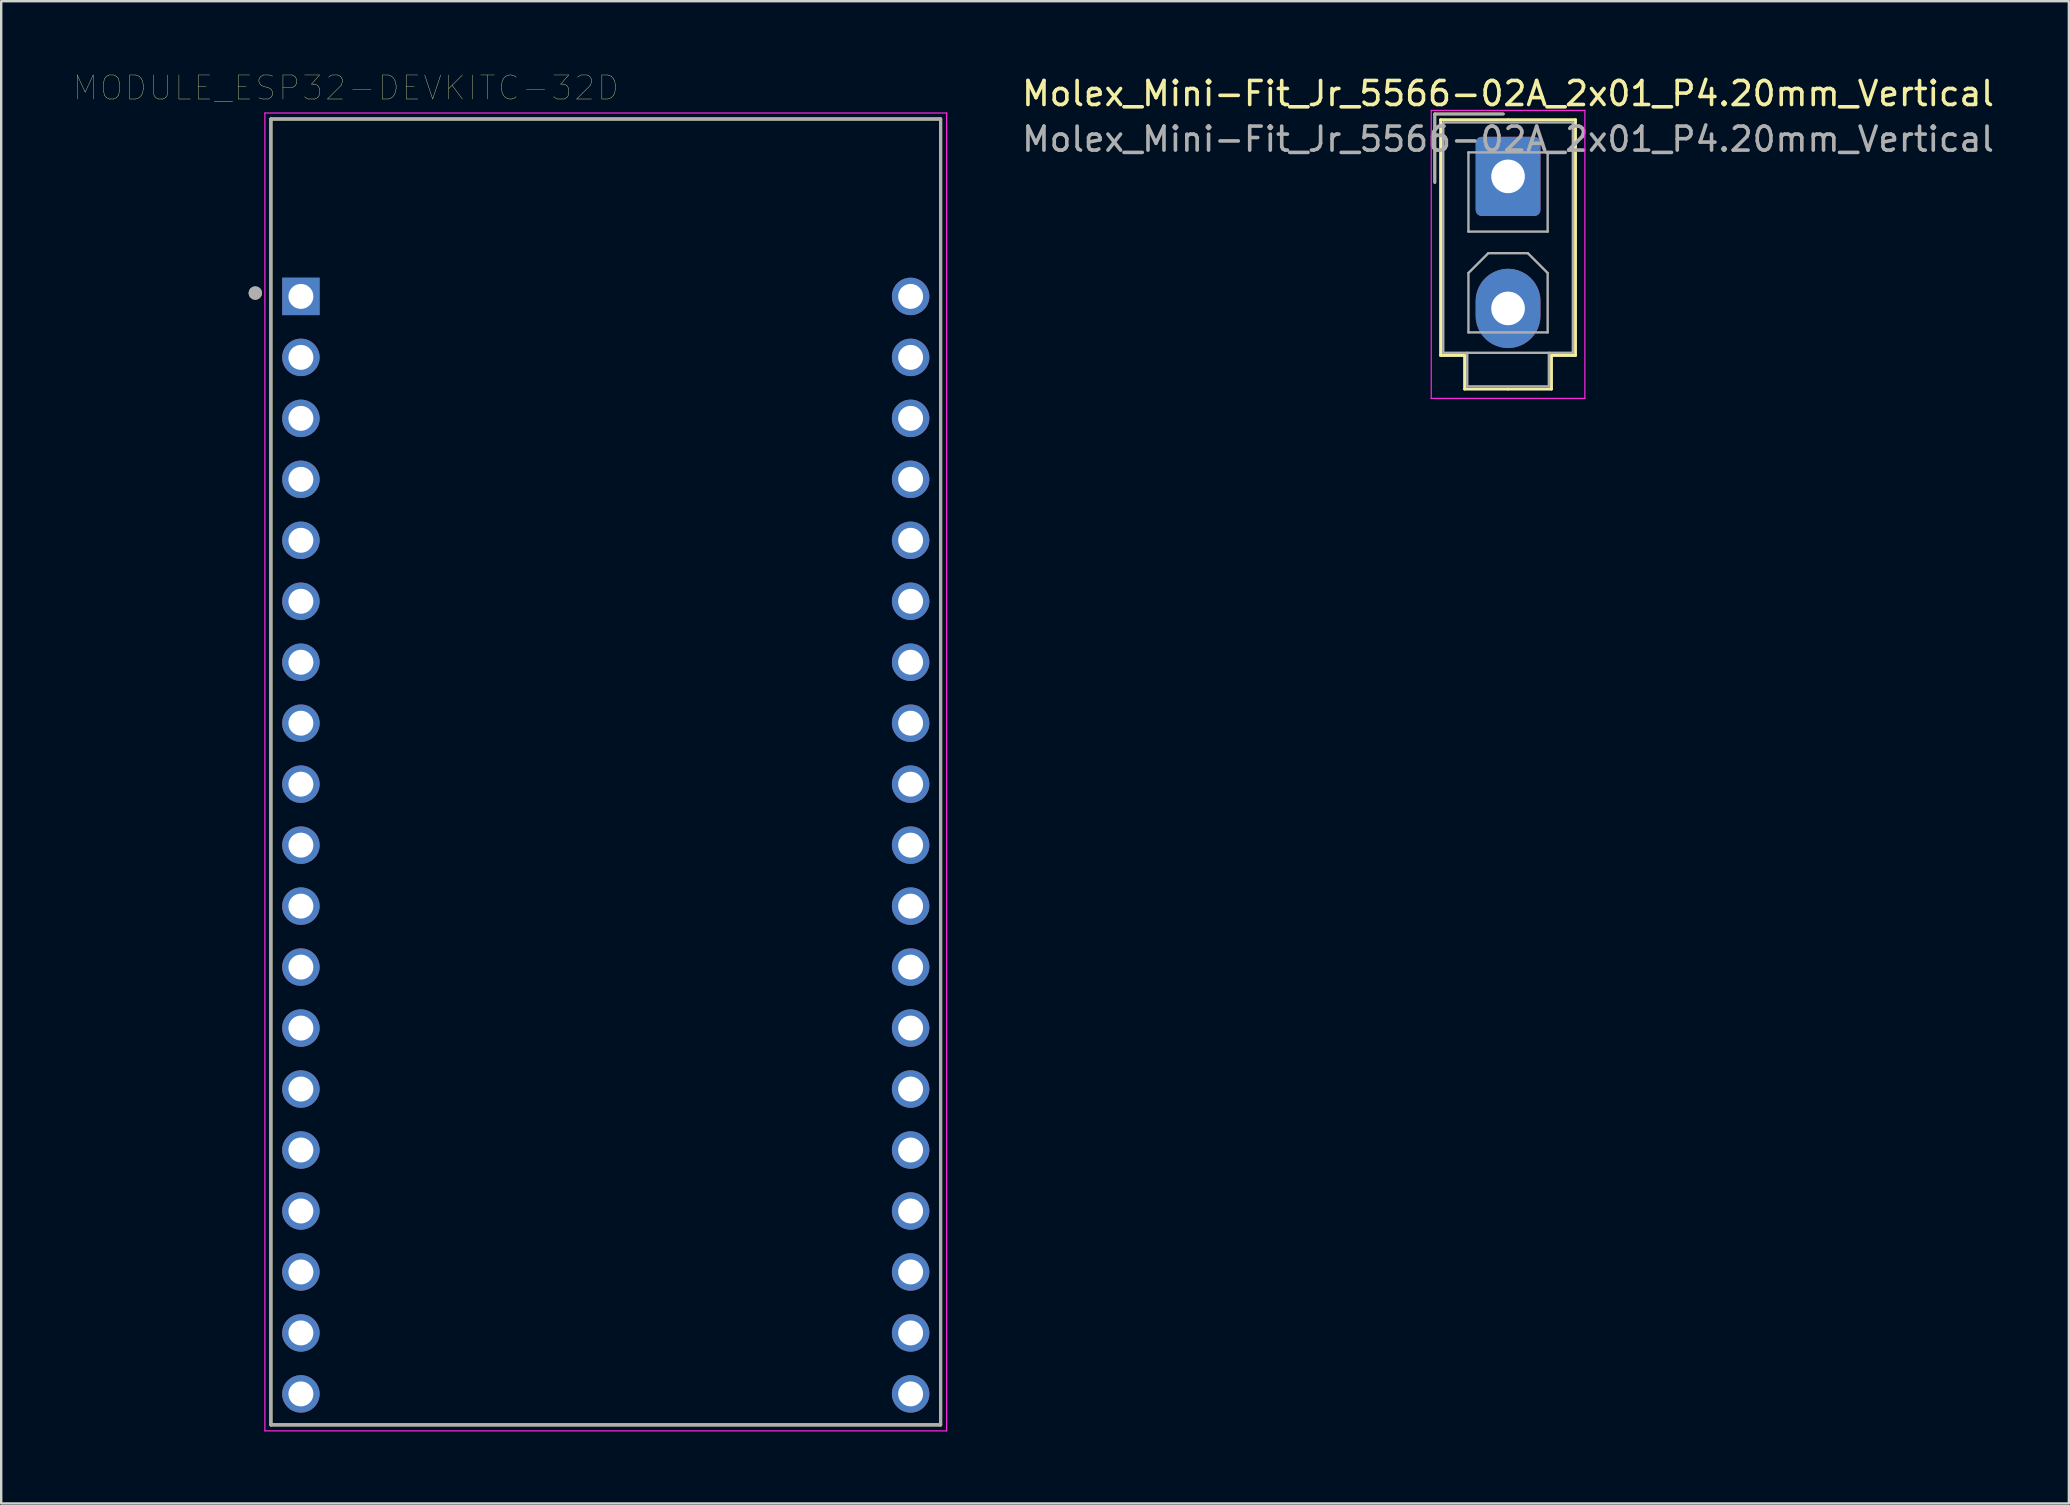
<source format=kicad_pcb>
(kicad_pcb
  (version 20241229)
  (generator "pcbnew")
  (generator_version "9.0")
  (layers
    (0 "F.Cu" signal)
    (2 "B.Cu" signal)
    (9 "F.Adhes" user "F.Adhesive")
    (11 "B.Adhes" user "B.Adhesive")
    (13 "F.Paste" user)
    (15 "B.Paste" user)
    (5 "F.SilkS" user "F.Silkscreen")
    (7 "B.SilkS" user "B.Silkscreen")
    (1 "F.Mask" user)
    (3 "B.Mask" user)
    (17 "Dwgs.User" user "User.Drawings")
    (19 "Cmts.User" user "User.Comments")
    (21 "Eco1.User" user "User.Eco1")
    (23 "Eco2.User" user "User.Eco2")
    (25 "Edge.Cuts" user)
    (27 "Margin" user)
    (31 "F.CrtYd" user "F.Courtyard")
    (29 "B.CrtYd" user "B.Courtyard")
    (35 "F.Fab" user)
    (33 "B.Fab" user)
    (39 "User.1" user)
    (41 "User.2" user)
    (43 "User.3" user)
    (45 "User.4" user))
  (footprint "Molex_Mini-Fit_Jr_5566-02A_2x01_P4.20mm_Vertical"
    (layer "F.Cu")
    (at 59.773 4.298)
    (property "Reference" "Molex_Mini-Fit_Jr_5566-02A_2x01_P4.20mm_Vertical" (at 0 -3.45 0) (layer "F.SilkS") (effects (font (size 1 1) (thickness 0.15))))
    (attr through_hole)
    (fp_line (start -3.05 -2.6) (end -3.05 0.25) (stroke (width 0.12) (type solid)) (layer "F.SilkS"))
    (fp_line (start -2.81 -2.36) (end -2.81 7.46) (stroke (width 0.12) (type solid)) (layer "F.SilkS"))
    (fp_line (start -2.81 7.46) (end -1.81 7.46) (stroke (width 0.12) (type solid)) (layer "F.SilkS"))
    (fp_line (start -1.81 7.46) (end -1.81 8.86) (stroke (width 0.12) (type solid)) (layer "F.SilkS"))
    (fp_line (start -1.81 8.86) (end 0 8.86) (stroke (width 0.12) (type solid)) (layer "F.SilkS"))
    (fp_line (start -0.2 -2.6) (end -3.05 -2.6) (stroke (width 0.12) (type solid)) (layer "F.SilkS"))
    (fp_line (start 0 -2.36) (end -2.81 -2.36) (stroke (width 0.12) (type solid)) (layer "F.SilkS"))
    (fp_line (start 0 -2.36) (end 2.81 -2.36) (stroke (width 0.12) (type solid)) (layer "F.SilkS"))
    (fp_line (start 1.81 7.46) (end 1.81 8.86) (stroke (width 0.12) (type solid)) (layer "F.SilkS"))
    (fp_line (start 1.81 8.86) (end 0 8.86) (stroke (width 0.12) (type solid)) (layer "F.SilkS"))
    (fp_line (start 2.81 -2.36) (end 2.81 7.46) (stroke (width 0.12) (type solid)) (layer "F.SilkS"))
    (fp_line (start 2.81 7.46) (end 1.81 7.46) (stroke (width 0.12) (type solid)) (layer "F.SilkS"))
    (fp_line (start -3.2 -2.75) (end -3.2 9.25) (stroke (width 0.05) (type solid)) (layer "F.CrtYd"))
    (fp_line (start -3.2 9.25) (end 3.2 9.25) (stroke (width 0.05) (type solid)) (layer "F.CrtYd"))
    (fp_line (start 3.2 -2.75) (end -3.2 -2.75) (stroke (width 0.05) (type solid)) (layer "F.CrtYd"))
    (fp_line (start 3.2 9.25) (end 3.2 -2.75) (stroke (width 0.05) (type solid)) (layer "F.CrtYd"))
    (fp_line (start -3.05 -2.6) (end -3.05 0.25) (stroke (width 0.1) (type solid)) (layer "F.Fab"))
    (fp_line (start -2.7 -2.25) (end -2.7 7.35) (stroke (width 0.1) (type solid)) (layer "F.Fab"))
    (fp_line (start -2.7 7.35) (end 2.7 7.35) (stroke (width 0.1) (type solid)) (layer "F.Fab"))
    (fp_line (start -1.7 7.35) (end -1.7 8.75) (stroke (width 0.1) (type solid)) (layer "F.Fab"))
    (fp_line (start -1.7 8.75) (end 1.7 8.75) (stroke (width 0.1) (type solid)) (layer "F.Fab"))
    (fp_line (start -1.65 -1) (end -1.65 2.3) (stroke (width 0.1) (type solid)) (layer "F.Fab"))
    (fp_line (start -1.65 2.3) (end 1.65 2.3) (stroke (width 0.1) (type solid)) (layer "F.Fab"))
    (fp_line (start -1.65 4.025) (end -0.825 3.2) (stroke (width 0.1) (type solid)) (layer "F.Fab"))
    (fp_line (start -1.65 6.5) (end -1.65 4.025) (stroke (width 0.1) (type solid)) (layer "F.Fab"))
    (fp_line (start -0.825 3.2) (end 0.825 3.2) (stroke (width 0.1) (type solid)) (layer "F.Fab"))
    (fp_line (start -0.2 -2.6) (end -3.05 -2.6) (stroke (width 0.1) (type solid)) (layer "F.Fab"))
    (fp_line (start 0.825 3.2) (end 1.65 4.025) (stroke (width 0.1) (type solid)) (layer "F.Fab"))
    (fp_line (start 1.65 -1) (end -1.65 -1) (stroke (width 0.1) (type solid)) (layer "F.Fab"))
    (fp_line (start 1.65 2.3) (end 1.65 -1) (stroke (width 0.1) (type solid)) (layer "F.Fab"))
    (fp_line (start 1.65 4.025) (end 1.65 6.5) (stroke (width 0.1) (type solid)) (layer "F.Fab"))
    (fp_line (start 1.65 6.5) (end -1.65 6.5) (stroke (width 0.1) (type solid)) (layer "F.Fab"))
    (fp_line (start 1.7 8.75) (end 1.7 7.35) (stroke (width 0.1) (type solid)) (layer "F.Fab"))
    (fp_line (start 2.7 -2.25) (end -2.7 -2.25) (stroke (width 0.1) (type solid)) (layer "F.Fab"))
    (fp_line (start 2.7 7.35) (end 2.7 -2.25) (stroke (width 0.1) (type solid)) (layer "F.Fab"))
    (fp_text user "${REFERENCE}" (at 0 -1.55 0) (layer "F.Fab") (effects (font (size 1 1) (thickness 0.15))))
    (pad "1" thru_hole roundrect (at 0 0) (size 2.7 3.3) (drill 1.4) (layers "*.Cu" "*.Mask") (roundrect_rratio 0.093))
    (pad "2" thru_hole oval (at 0 5.5) (size 2.7 3.3) (drill 1.4) (layers "*.Cu" "*.Mask")))
  (footprint "MODULE_ESP32-DEVKITC-32D"
    (layer "F.Cu")
    (at 22.185 29.058)
    (property "Reference" "MODULE_ESP32-DEVKITC-32D" (at -10.829 -28.446 0) (layer "F.SilkS") (effects (font (size 1 1) (thickness 0.015))))
    (attr through_hole)
    (fp_line (start -13.95 -27.15) (end 13.95 -27.15) (stroke (width 0.127) (type solid)) (layer "F.SilkS"))
    (fp_line (start -13.95 27.25) (end -13.95 -27.15) (stroke (width 0.127) (type solid)) (layer "F.SilkS"))
    (fp_line (start 13.95 -27.15) (end 13.95 27.25) (stroke (width 0.127) (type solid)) (layer "F.SilkS"))
    (fp_line (start 13.95 27.25) (end -13.95 27.25) (stroke (width 0.127) (type solid)) (layer "F.SilkS"))
    (fp_line (start -14.2 -27.4) (end 14.2 -27.4) (stroke (width 0.05) (type solid)) (layer "F.CrtYd"))
    (fp_line (start -14.2 27.5) (end -14.2 -27.4) (stroke (width 0.05) (type solid)) (layer "F.CrtYd"))
    (fp_line (start 14.2 -27.4) (end 14.2 27.5) (stroke (width 0.05) (type solid)) (layer "F.CrtYd"))
    (fp_line (start 14.2 27.5) (end -14.2 27.5) (stroke (width 0.05) (type solid)) (layer "F.CrtYd"))
    (fp_line (start -13.95 -27.15) (end 13.95 -27.15) (stroke (width 0.127) (type solid)) (layer "F.Fab"))
    (fp_line (start -13.95 27.25) (end -13.95 -27.15) (stroke (width 0.127) (type solid)) (layer "F.Fab"))
    (fp_line (start 13.95 -27.15) (end 13.95 27.25) (stroke (width 0.127) (type solid)) (layer "F.Fab"))
    (fp_line (start 13.95 27.25) (end -13.95 27.25) (stroke (width 0.127) (type solid)) (layer "F.Fab"))
    (fp_circle (center -14.6 -19.9) (end -14.46 -19.9) (stroke (width 0.28) (type solid)) (fill no) (layer "F.Fab"))
    (fp_circle (center -14.6 -19.9) (end -14.46 -19.9) (stroke (width 0.28) (type solid)) (fill no) (layer "F.Fab"))
    (pad "1" thru_hole rect (at -12.7 -19.76) (size 1.56 1.56) (drill 1.04) (layers "*.Cu" "*.Mask"))
    (pad "2" thru_hole circle (at -12.7 -17.22) (size 1.56 1.56) (drill 1.04) (layers "*.Cu" "*.Mask"))
    (pad "3" thru_hole circle (at -12.7 -14.68) (size 1.56 1.56) (drill 1.04) (layers "*.Cu" "*.Mask"))
    (pad "4" thru_hole circle (at -12.7 -12.14) (size 1.56 1.56) (drill 1.04) (layers "*.Cu" "*.Mask"))
    (pad "5" thru_hole circle (at -12.7 -9.6) (size 1.56 1.56) (drill 1.04) (layers "*.Cu" "*.Mask"))
    (pad "6" thru_hole circle (at -12.7 -7.06) (size 1.56 1.56) (drill 1.04) (layers "*.Cu" "*.Mask"))
    (pad "7" thru_hole circle (at -12.7 -4.52) (size 1.56 1.56) (drill 1.04) (layers "*.Cu" "*.Mask"))
    (pad "8" thru_hole circle (at -12.7 -1.98) (size 1.56 1.56) (drill 1.04) (layers "*.Cu" "*.Mask"))
    (pad "9" thru_hole circle (at -12.7 0.56) (size 1.56 1.56) (drill 1.04) (layers "*.Cu" "*.Mask"))
    (pad "10" thru_hole circle (at -12.7 3.1) (size 1.56 1.56) (drill 1.04) (layers "*.Cu" "*.Mask"))
    (pad "11" thru_hole circle (at -12.7 5.64) (size 1.56 1.56) (drill 1.04) (layers "*.Cu" "*.Mask"))
    (pad "12" thru_hole circle (at -12.7 8.18) (size 1.56 1.56) (drill 1.04) (layers "*.Cu" "*.Mask"))
    (pad "13" thru_hole circle (at -12.7 10.72) (size 1.56 1.56) (drill 1.04) (layers "*.Cu" "*.Mask"))
    (pad "14" thru_hole circle (at -12.7 13.26) (size 1.56 1.56) (drill 1.04) (layers "*.Cu" "*.Mask"))
    (pad "15" thru_hole circle (at -12.7 15.8) (size 1.56 1.56) (drill 1.04) (layers "*.Cu" "*.Mask"))
    (pad "16" thru_hole circle (at -12.7 18.34) (size 1.56 1.56) (drill 1.04) (layers "*.Cu" "*.Mask"))
    (pad "17" thru_hole circle (at -12.7 20.88) (size 1.56 1.56) (drill 1.04) (layers "*.Cu" "*.Mask"))
    (pad "18" thru_hole circle (at -12.7 23.42) (size 1.56 1.56) (drill 1.04) (layers "*.Cu" "*.Mask"))
    (pad "19" thru_hole circle (at -12.7 25.96) (size 1.56 1.56) (drill 1.04) (layers "*.Cu" "*.Mask"))
    (pad "20" thru_hole circle (at 12.7 -19.76) (size 1.56 1.56) (drill 1.04) (layers "*.Cu" "*.Mask"))
    (pad "21" thru_hole circle (at 12.7 -17.22) (size 1.56 1.56) (drill 1.04) (layers "*.Cu" "*.Mask"))
    (pad "22" thru_hole circle (at 12.7 -14.68) (size 1.56 1.56) (drill 1.04) (layers "*.Cu" "*.Mask"))
    (pad "23" thru_hole circle (at 12.7 -12.14) (size 1.56 1.56) (drill 1.04) (layers "*.Cu" "*.Mask"))
    (pad "24" thru_hole circle (at 12.7 -9.6) (size 1.56 1.56) (drill 1.04) (layers "*.Cu" "*.Mask"))
    (pad "25" thru_hole circle (at 12.7 -7.06) (size 1.56 1.56) (drill 1.04) (layers "*.Cu" "*.Mask"))
    (pad "26" thru_hole circle (at 12.7 -4.52) (size 1.56 1.56) (drill 1.04) (layers "*.Cu" "*.Mask"))
    (pad "27" thru_hole circle (at 12.7 -1.98) (size 1.56 1.56) (drill 1.04) (layers "*.Cu" "*.Mask"))
    (pad "28" thru_hole circle (at 12.7 0.56) (size 1.56 1.56) (drill 1.04) (layers "*.Cu" "*.Mask"))
    (pad "29" thru_hole circle (at 12.7 3.1) (size 1.56 1.56) (drill 1.04) (layers "*.Cu" "*.Mask"))
    (pad "30" thru_hole circle (at 12.7 5.64) (size 1.56 1.56) (drill 1.04) (layers "*.Cu" "*.Mask"))
    (pad "31" thru_hole circle (at 12.7 8.18) (size 1.56 1.56) (drill 1.04) (layers "*.Cu" "*.Mask"))
    (pad "32" thru_hole circle (at 12.7 10.72) (size 1.56 1.56) (drill 1.04) (layers "*.Cu" "*.Mask"))
    (pad "33" thru_hole circle (at 12.7 13.26) (size 1.56 1.56) (drill 1.04) (layers "*.Cu" "*.Mask"))
    (pad "34" thru_hole circle (at 12.7 15.8) (size 1.56 1.56) (drill 1.04) (layers "*.Cu" "*.Mask"))
    (pad "35" thru_hole circle (at 12.7 18.34) (size 1.56 1.56) (drill 1.04) (layers "*.Cu" "*.Mask"))
    (pad "36" thru_hole circle (at 12.7 20.88) (size 1.56 1.56) (drill 1.04) (layers "*.Cu" "*.Mask"))
    (pad "37" thru_hole circle (at 12.7 23.42) (size 1.56 1.56) (drill 1.04) (layers "*.Cu" "*.Mask"))
    (pad "38" thru_hole circle (at 12.7 25.96) (size 1.56 1.56) (drill 1.04) (layers "*.Cu" "*.Mask")))
  (gr_rect
    (start -3 -3)
    (end 83.136 59.583)
    (stroke (width 0.1) (type default))
    (fill no)
    (layer "Edge.Cuts")))
</source>
